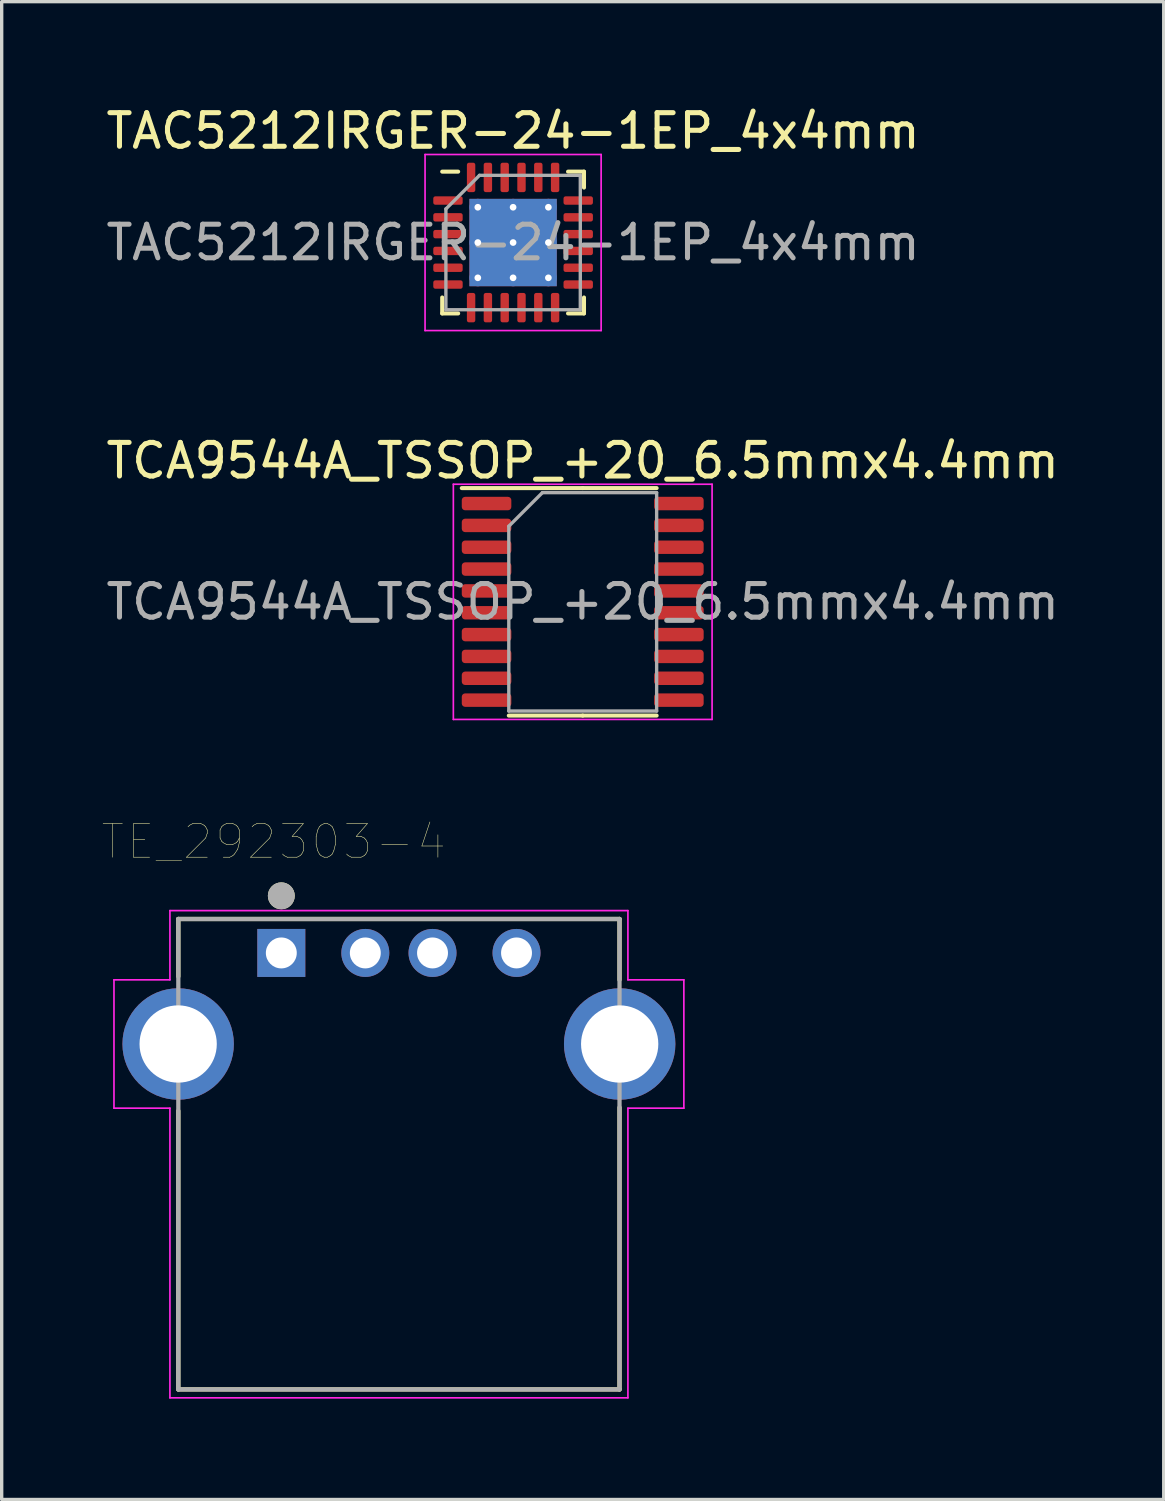
<source format=kicad_pcb>
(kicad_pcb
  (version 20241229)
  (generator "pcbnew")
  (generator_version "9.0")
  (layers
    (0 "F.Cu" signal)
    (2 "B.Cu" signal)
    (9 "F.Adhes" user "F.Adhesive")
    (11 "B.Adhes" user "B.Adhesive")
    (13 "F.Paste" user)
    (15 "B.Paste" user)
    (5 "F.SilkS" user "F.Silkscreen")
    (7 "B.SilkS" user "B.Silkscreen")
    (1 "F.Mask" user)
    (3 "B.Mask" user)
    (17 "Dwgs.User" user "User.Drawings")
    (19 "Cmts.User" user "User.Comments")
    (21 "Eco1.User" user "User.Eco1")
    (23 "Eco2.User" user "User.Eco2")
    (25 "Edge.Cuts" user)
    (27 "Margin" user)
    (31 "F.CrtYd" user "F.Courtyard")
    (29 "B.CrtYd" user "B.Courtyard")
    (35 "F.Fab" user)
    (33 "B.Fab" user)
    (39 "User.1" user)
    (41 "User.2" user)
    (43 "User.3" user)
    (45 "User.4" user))
  (footprint "TCA9544A_TSSOP_+20_6.5mmx4.4mm"
    (layer "F.Cu")
    (at 14.292 14.861)
    (property "Reference" "TCA9544A_TSSOP_+20_6.5mmx4.4mm" (at 0 -4.2 0) (layer "F.SilkS") (effects (font (size 1 1) (thickness 0.15))))
    (attr smd)
    (fp_line (start 0 -3.385) (end -3.6 -3.385) (stroke (width 0.12) (type solid)) (layer "F.SilkS"))
    (fp_line (start 0 -3.385) (end 2.2 -3.385) (stroke (width 0.12) (type solid)) (layer "F.SilkS"))
    (fp_line (start 0 3.385) (end -2.2 3.385) (stroke (width 0.12) (type solid)) (layer "F.SilkS"))
    (fp_line (start 0 3.385) (end 2.2 3.385) (stroke (width 0.12) (type solid)) (layer "F.SilkS"))
    (fp_line (start -3.85 -3.5) (end -3.85 3.5) (stroke (width 0.05) (type solid)) (layer "F.CrtYd"))
    (fp_line (start -3.85 3.5) (end 3.85 3.5) (stroke (width 0.05) (type solid)) (layer "F.CrtYd"))
    (fp_line (start 3.85 -3.5) (end -3.85 -3.5) (stroke (width 0.05) (type solid)) (layer "F.CrtYd"))
    (fp_line (start 3.85 3.5) (end 3.85 -3.5) (stroke (width 0.05) (type solid)) (layer "F.CrtYd"))
    (fp_line (start -2.2 -2.25) (end -1.2 -3.25) (stroke (width 0.1) (type solid)) (layer "F.Fab"))
    (fp_line (start -2.2 3.25) (end -2.2 -2.25) (stroke (width 0.1) (type solid)) (layer "F.Fab"))
    (fp_line (start -1.2 -3.25) (end 2.2 -3.25) (stroke (width 0.1) (type solid)) (layer "F.Fab"))
    (fp_line (start 2.2 -3.25) (end 2.2 3.25) (stroke (width 0.1) (type solid)) (layer "F.Fab"))
    (fp_line (start 2.2 3.25) (end -2.2 3.25) (stroke (width 0.1) (type solid)) (layer "F.Fab"))
    (fp_text user "${REFERENCE}" (at 0 0 0) (layer "F.Fab") (effects (font (size 1 1) (thickness 0.15))))
    (pad "1" smd roundrect (at -2.862 -2.925) (size 1.475 0.4) (layers "F.Cu" "F.Mask" "F.Paste") (roundrect_rratio 0.25))
    (pad "2" smd roundrect (at -2.862 -2.275) (size 1.475 0.4) (layers "F.Cu" "F.Mask" "F.Paste") (roundrect_rratio 0.25))
    (pad "3" smd roundrect (at -2.862 -1.625) (size 1.475 0.4) (layers "F.Cu" "F.Mask" "F.Paste") (roundrect_rratio 0.25))
    (pad "4" smd roundrect (at -2.862 -0.975) (size 1.475 0.4) (layers "F.Cu" "F.Mask" "F.Paste") (roundrect_rratio 0.25))
    (pad "5" smd roundrect (at -2.862 -0.325) (size 1.475 0.4) (layers "F.Cu" "F.Mask" "F.Paste") (roundrect_rratio 0.25))
    (pad "6" smd roundrect (at -2.862 0.325) (size 1.475 0.4) (layers "F.Cu" "F.Mask" "F.Paste") (roundrect_rratio 0.25))
    (pad "7" smd roundrect (at -2.862 0.975) (size 1.475 0.4) (layers "F.Cu" "F.Mask" "F.Paste") (roundrect_rratio 0.25))
    (pad "8" smd roundrect (at -2.862 1.625) (size 1.475 0.4) (layers "F.Cu" "F.Mask" "F.Paste") (roundrect_rratio 0.25))
    (pad "9" smd roundrect (at -2.862 2.275) (size 1.475 0.4) (layers "F.Cu" "F.Mask" "F.Paste") (roundrect_rratio 0.25))
    (pad "10" smd roundrect (at -2.862 2.925) (size 1.475 0.4) (layers "F.Cu" "F.Mask" "F.Paste") (roundrect_rratio 0.25))
    (pad "11" smd roundrect (at 2.862 2.925) (size 1.475 0.4) (layers "F.Cu" "F.Mask" "F.Paste") (roundrect_rratio 0.25))
    (pad "12" smd roundrect (at 2.862 2.275) (size 1.475 0.4) (layers "F.Cu" "F.Mask" "F.Paste") (roundrect_rratio 0.25))
    (pad "13" smd roundrect (at 2.862 1.625) (size 1.475 0.4) (layers "F.Cu" "F.Mask" "F.Paste") (roundrect_rratio 0.25))
    (pad "14" smd roundrect (at 2.862 0.975) (size 1.475 0.4) (layers "F.Cu" "F.Mask" "F.Paste") (roundrect_rratio 0.25))
    (pad "15" smd roundrect (at 2.862 0.325) (size 1.475 0.4) (layers "F.Cu" "F.Mask" "F.Paste") (roundrect_rratio 0.25))
    (pad "16" smd roundrect (at 2.862 -0.325) (size 1.475 0.4) (layers "F.Cu" "F.Mask" "F.Paste") (roundrect_rratio 0.25))
    (pad "17" smd roundrect (at 2.862 -0.975) (size 1.475 0.4) (layers "F.Cu" "F.Mask" "F.Paste") (roundrect_rratio 0.25))
    (pad "18" smd roundrect (at 2.862 -1.625) (size 1.475 0.4) (layers "F.Cu" "F.Mask" "F.Paste") (roundrect_rratio 0.25))
    (pad "19" smd roundrect (at 2.862 -2.275) (size 1.475 0.4) (layers "F.Cu" "F.Mask" "F.Paste") (roundrect_rratio 0.25))
    (pad "20" smd roundrect (at 2.862 -2.925) (size 1.475 0.4) (layers "F.Cu" "F.Mask" "F.Paste") (roundrect_rratio 0.25)))
  (footprint "TAC5212IRGER-24-1EP_4x4mm"
    (layer "F.Cu")
    (at 12.22 4.168)
    (property "Reference" "TAC5212IRGER-24-1EP_4x4mm" (at 0 -3.32 0) (layer "F.SilkS") (effects (font (size 1 1) (thickness 0.15))))
    (attr smd)
    (fp_line (start -2.11 2.11) (end -2.11 1.635) (stroke (width 0.12) (type solid)) (layer "F.SilkS"))
    (fp_line (start -1.635 -2.11) (end -2.11 -2.11) (stroke (width 0.12) (type solid)) (layer "F.SilkS"))
    (fp_line (start -1.635 2.11) (end -2.11 2.11) (stroke (width 0.12) (type solid)) (layer "F.SilkS"))
    (fp_line (start 1.635 -2.11) (end 2.11 -2.11) (stroke (width 0.12) (type solid)) (layer "F.SilkS"))
    (fp_line (start 1.635 2.11) (end 2.11 2.11) (stroke (width 0.12) (type solid)) (layer "F.SilkS"))
    (fp_line (start 2.11 -2.11) (end 2.11 -1.635) (stroke (width 0.12) (type solid)) (layer "F.SilkS"))
    (fp_line (start 2.11 2.11) (end 2.11 1.635) (stroke (width 0.12) (type solid)) (layer "F.SilkS"))
    (fp_line (start -2.62 -2.62) (end -2.62 2.62) (stroke (width 0.05) (type solid)) (layer "F.CrtYd"))
    (fp_line (start -2.62 2.62) (end 2.62 2.62) (stroke (width 0.05) (type solid)) (layer "F.CrtYd"))
    (fp_line (start 2.62 -2.62) (end -2.62 -2.62) (stroke (width 0.05) (type solid)) (layer "F.CrtYd"))
    (fp_line (start 2.62 2.62) (end 2.62 -2.62) (stroke (width 0.05) (type solid)) (layer "F.CrtYd"))
    (fp_line (start -2 -1) (end -1 -2) (stroke (width 0.1) (type solid)) (layer "F.Fab"))
    (fp_line (start -2 2) (end -2 -1) (stroke (width 0.1) (type solid)) (layer "F.Fab"))
    (fp_line (start -1 -2) (end 2 -2) (stroke (width 0.1) (type solid)) (layer "F.Fab"))
    (fp_line (start 2 -2) (end 2 2) (stroke (width 0.1) (type solid)) (layer "F.Fab"))
    (fp_line (start 2 2) (end -2 2) (stroke (width 0.1) (type solid)) (layer "F.Fab"))
    (fp_text user "${REFERENCE}" (at 0 0 0) (layer "F.Fab") (effects (font (size 1 1) (thickness 0.15))))
    (pad "" smd roundrect (at -0.65 -0.65) (size 1.13 1.13) (layers "F.Paste") (roundrect_rratio 0.221))
    (pad "" smd roundrect (at -0.65 0.65) (size 1.13 1.13) (layers "F.Paste") (roundrect_rratio 0.221))
    (pad "" smd roundrect (at 0.65 -0.65) (size 1.13 1.13) (layers "F.Paste") (roundrect_rratio 0.221))
    (pad "" smd roundrect (at 0.65 0.65) (size 1.13 1.13) (layers "F.Paste") (roundrect_rratio 0.221))
    (pad "1" smd roundrect (at -1.938 -1.25) (size 0.875 0.25) (layers "F.Cu" "F.Mask" "F.Paste") (roundrect_rratio 0.25))
    (pad "2" smd roundrect (at -1.938 -0.75) (size 0.875 0.25) (layers "F.Cu" "F.Mask" "F.Paste") (roundrect_rratio 0.25))
    (pad "3" smd roundrect (at -1.938 -0.25) (size 0.875 0.25) (layers "F.Cu" "F.Mask" "F.Paste") (roundrect_rratio 0.25))
    (pad "4" smd roundrect (at -1.938 0.25) (size 0.875 0.25) (layers "F.Cu" "F.Mask" "F.Paste") (roundrect_rratio 0.25))
    (pad "5" smd roundrect (at -1.938 0.75) (size 0.875 0.25) (layers "F.Cu" "F.Mask" "F.Paste") (roundrect_rratio 0.25))
    (pad "6" smd roundrect (at -1.938 1.25) (size 0.875 0.25) (layers "F.Cu" "F.Mask" "F.Paste") (roundrect_rratio 0.25))
    (pad "7" smd roundrect (at -1.25 1.938) (size 0.25 0.875) (layers "F.Cu" "F.Mask" "F.Paste") (roundrect_rratio 0.25))
    (pad "8" smd roundrect (at -0.75 1.938) (size 0.25 0.875) (layers "F.Cu" "F.Mask" "F.Paste") (roundrect_rratio 0.25))
    (pad "9" smd roundrect (at -0.25 1.938) (size 0.25 0.875) (layers "F.Cu" "F.Mask" "F.Paste") (roundrect_rratio 0.25))
    (pad "10" smd roundrect (at 0.25 1.938) (size 0.25 0.875) (layers "F.Cu" "F.Mask" "F.Paste") (roundrect_rratio 0.25))
    (pad "11" smd roundrect (at 0.75 1.938) (size 0.25 0.875) (layers "F.Cu" "F.Mask" "F.Paste") (roundrect_rratio 0.25))
    (pad "12" smd roundrect (at 1.25 1.938) (size 0.25 0.875) (layers "F.Cu" "F.Mask" "F.Paste") (roundrect_rratio 0.25))
    (pad "13" smd roundrect (at 1.938 1.25) (size 0.875 0.25) (layers "F.Cu" "F.Mask" "F.Paste") (roundrect_rratio 0.25))
    (pad "14" smd roundrect (at 1.938 0.75) (size 0.875 0.25) (layers "F.Cu" "F.Mask" "F.Paste") (roundrect_rratio 0.25))
    (pad "15" smd roundrect (at 1.938 0.25) (size 0.875 0.25) (layers "F.Cu" "F.Mask" "F.Paste") (roundrect_rratio 0.25))
    (pad "16" smd roundrect (at 1.938 -0.25) (size 0.875 0.25) (layers "F.Cu" "F.Mask" "F.Paste") (roundrect_rratio 0.25))
    (pad "17" smd roundrect (at 1.938 -0.75) (size 0.875 0.25) (layers "F.Cu" "F.Mask" "F.Paste") (roundrect_rratio 0.25))
    (pad "18" smd roundrect (at 1.938 -1.25) (size 0.875 0.25) (layers "F.Cu" "F.Mask" "F.Paste") (roundrect_rratio 0.25))
    (pad "19" smd roundrect (at 1.25 -1.938) (size 0.25 0.875) (layers "F.Cu" "F.Mask" "F.Paste") (roundrect_rratio 0.25))
    (pad "20" smd roundrect (at 0.75 -1.938) (size 0.25 0.875) (layers "F.Cu" "F.Mask" "F.Paste") (roundrect_rratio 0.25))
    (pad "21" smd roundrect (at 0.25 -1.938) (size 0.25 0.875) (layers "F.Cu" "F.Mask" "F.Paste") (roundrect_rratio 0.25))
    (pad "22" smd roundrect (at -0.25 -1.938) (size 0.25 0.875) (layers "F.Cu" "F.Mask" "F.Paste") (roundrect_rratio 0.25))
    (pad "23" smd roundrect (at -0.75 -1.938) (size 0.25 0.875) (layers "F.Cu" "F.Mask" "F.Paste") (roundrect_rratio 0.25))
    (pad "24" smd roundrect (at -1.25 -1.938) (size 0.25 0.875) (layers "F.Cu" "F.Mask" "F.Paste") (roundrect_rratio 0.25))
    (pad "25" thru_hole circle (at -1.05 -1.05) (size 0.5 0.5) (drill 0.2) (layers "*.Cu"))
    (pad "25" thru_hole circle (at -1.05 0) (size 0.5 0.5) (drill 0.2) (layers "*.Cu"))
    (pad "25" thru_hole circle (at -1.05 1.05) (size 0.5 0.5) (drill 0.2) (layers "*.Cu"))
    (pad "25" thru_hole circle (at 0 -1.05) (size 0.5 0.5) (drill 0.2) (layers "*.Cu"))
    (pad "25" thru_hole circle (at 0 0) (size 0.5 0.5) (drill 0.2) (layers "*.Cu"))
    (pad "25" smd rect (at 0 0) (size 2.6 2.6) (layers "F.Cu" "F.Mask"))
    (pad "25" smd rect (at 0 0) (size 2.6 2.6) (layers "B.Cu"))
    (pad "25" thru_hole circle (at 0 1.05) (size 0.5 0.5) (drill 0.2) (layers "*.Cu"))
    (pad "25" thru_hole circle (at 1.05 -1.05) (size 0.5 0.5) (drill 0.2) (layers "*.Cu"))
    (pad "25" thru_hole circle (at 1.05 0) (size 0.5 0.5) (drill 0.2) (layers "*.Cu"))
    (pad "25" thru_hole circle (at 1.05 1.05) (size 0.5 0.5) (drill 0.2) (layers "*.Cu")))
  (footprint "TE_292303-4"
    (layer "F.Cu")
    (at 8.822 25.31)
    (property "Reference" "TE_292303-4" (at -3.726 -3.311 0) (layer "F.SilkS") (effects (font (size 1.001 1.001) (thickness 0.015))))
    (attr through_hole)
    (fp_line (start -6.565 -1.01) (end 6.565 -1.01) (stroke (width 0.127) (type solid)) (layer "F.SilkS"))
    (fp_line (start -6.565 0.7) (end -6.565 -1.01) (stroke (width 0.127) (type solid)) (layer "F.SilkS"))
    (fp_line (start -6.565 12.99) (end -6.565 4.7) (stroke (width 0.127) (type solid)) (layer "F.SilkS"))
    (fp_line (start 6.565 -1.01) (end 6.565 0.8) (stroke (width 0.127) (type solid)) (layer "F.SilkS"))
    (fp_line (start 6.565 4.6) (end 6.565 12.99) (stroke (width 0.127) (type solid)) (layer "F.SilkS"))
    (fp_line (start 6.565 12.99) (end -6.565 12.99) (stroke (width 0.127) (type solid)) (layer "F.SilkS"))
    (fp_circle (center -3.5 -1.7) (end -3.3 -1.7) (stroke (width 0.4) (type solid)) (fill no) (layer "F.SilkS"))
    (fp_line (start -8.48 0.8) (end -6.815 0.8) (stroke (width 0.05) (type solid)) (layer "F.CrtYd"))
    (fp_line (start -8.48 4.62) (end -8.48 0.8) (stroke (width 0.05) (type solid)) (layer "F.CrtYd"))
    (fp_line (start -8.48 4.62) (end -6.815 4.62) (stroke (width 0.05) (type solid)) (layer "F.CrtYd"))
    (fp_line (start -6.815 -1.26) (end 6.815 -1.26) (stroke (width 0.05) (type solid)) (layer "F.CrtYd"))
    (fp_line (start -6.815 0.8) (end -6.815 -1.26) (stroke (width 0.05) (type solid)) (layer "F.CrtYd"))
    (fp_line (start -6.815 13.24) (end -6.815 4.62) (stroke (width 0.05) (type solid)) (layer "F.CrtYd"))
    (fp_line (start 6.815 -1.26) (end 6.815 0.8) (stroke (width 0.05) (type solid)) (layer "F.CrtYd"))
    (fp_line (start 6.815 0.8) (end 8.48 0.8) (stroke (width 0.05) (type solid)) (layer "F.CrtYd"))
    (fp_line (start 6.815 4.62) (end 6.815 13.24) (stroke (width 0.05) (type solid)) (layer "F.CrtYd"))
    (fp_line (start 6.815 13.24) (end -6.815 13.24) (stroke (width 0.05) (type solid)) (layer "F.CrtYd"))
    (fp_line (start 8.48 0.8) (end 8.48 4.62) (stroke (width 0.05) (type solid)) (layer "F.CrtYd"))
    (fp_line (start 8.48 4.62) (end 6.815 4.62) (stroke (width 0.05) (type solid)) (layer "F.CrtYd"))
    (fp_line (start -6.565 -1.01) (end 6.565 -1.01) (stroke (width 0.127) (type solid)) (layer "F.Fab"))
    (fp_line (start -6.565 12.99) (end -6.565 -1.01) (stroke (width 0.127) (type solid)) (layer "F.Fab"))
    (fp_line (start 6.565 -1.01) (end 6.565 12.99) (stroke (width 0.127) (type solid)) (layer "F.Fab"))
    (fp_line (start 6.565 12.99) (end -6.565 12.99) (stroke (width 0.127) (type solid)) (layer "F.Fab"))
    (fp_circle (center -3.5 -1.7) (end -3.3 -1.7) (stroke (width 0.4) (type solid)) (fill no) (layer "F.Fab"))
    (pad "1" thru_hole rect (at -3.5 0) (size 1.428 1.428) (drill 0.92) (layers "*.Cu" "*.Mask"))
    (pad "2" thru_hole circle (at -1 0) (size 1.428 1.428) (drill 0.92) (layers "*.Cu" "*.Mask"))
    (pad "3" thru_hole circle (at 1 0) (size 1.428 1.428) (drill 0.92) (layers "*.Cu" "*.Mask"))
    (pad "4" thru_hole circle (at 3.5 0) (size 1.428 1.428) (drill 0.92) (layers "*.Cu" "*.Mask"))
    (pad "SH1" thru_hole circle (at -6.57 2.71) (size 3.316 3.316) (drill 2.3) (layers "*.Cu" "*.Mask"))
    (pad "SH2" thru_hole circle (at 6.57 2.71) (size 3.316 3.316) (drill 2.3) (layers "*.Cu" "*.Mask")))
  (gr_rect
    (start -3 -3)
    (end 31.583 41.575)
    (stroke (width 0.1) (type default))
    (fill no)
    (layer "Edge.Cuts")))
</source>
